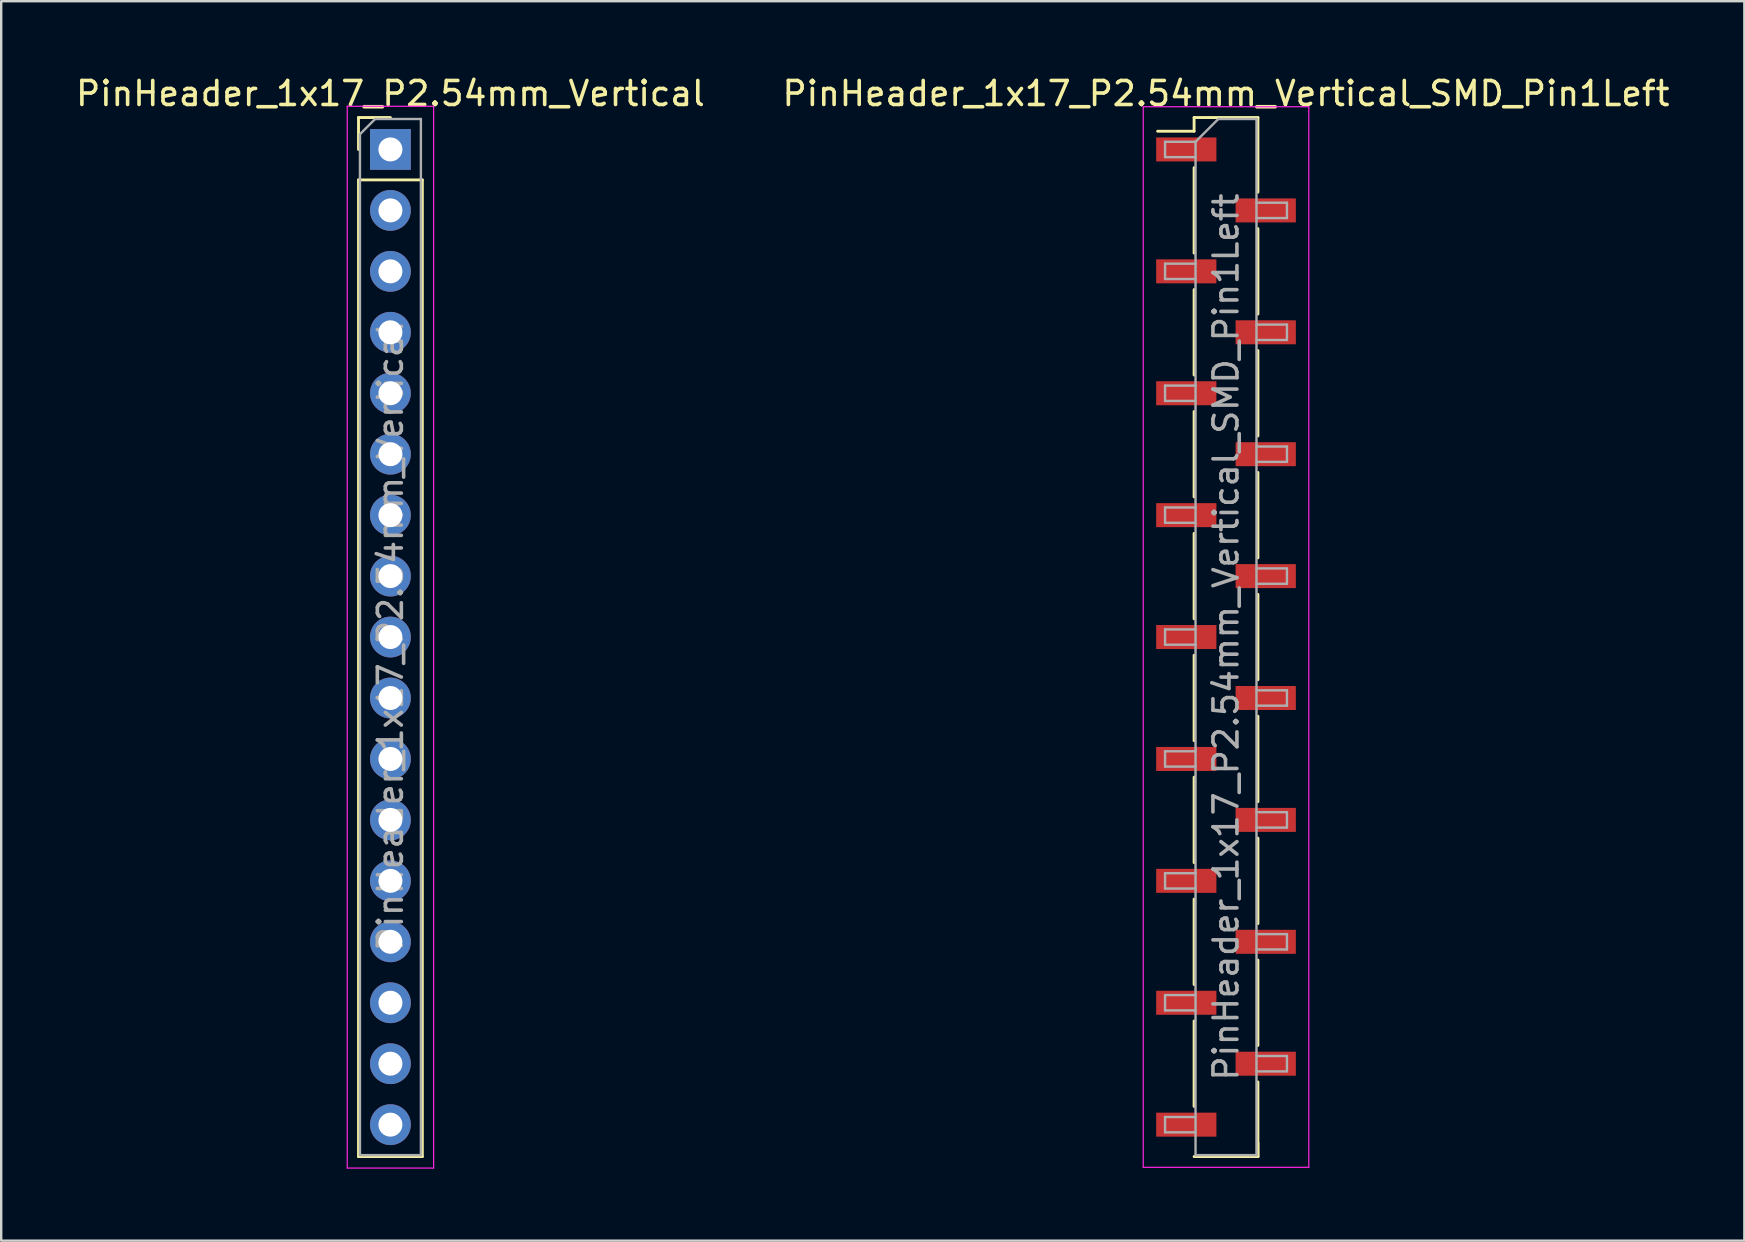
<source format=kicad_pcb>
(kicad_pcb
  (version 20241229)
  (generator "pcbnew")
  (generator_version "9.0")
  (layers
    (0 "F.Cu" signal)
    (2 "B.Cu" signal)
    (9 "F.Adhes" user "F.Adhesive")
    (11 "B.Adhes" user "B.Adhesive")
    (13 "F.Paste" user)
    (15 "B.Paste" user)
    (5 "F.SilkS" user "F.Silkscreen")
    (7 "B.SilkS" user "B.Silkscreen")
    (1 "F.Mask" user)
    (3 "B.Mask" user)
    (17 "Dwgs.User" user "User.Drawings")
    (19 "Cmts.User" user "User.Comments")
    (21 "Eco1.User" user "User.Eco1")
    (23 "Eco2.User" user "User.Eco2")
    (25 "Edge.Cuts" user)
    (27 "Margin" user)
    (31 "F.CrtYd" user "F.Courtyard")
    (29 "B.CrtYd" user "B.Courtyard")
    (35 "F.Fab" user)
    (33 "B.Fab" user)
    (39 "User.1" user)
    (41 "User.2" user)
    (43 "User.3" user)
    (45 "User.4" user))
  (footprint "PinHeader_1x17_P2.54mm_Vertical"
    (layer "F.Cu")
    (at 13.22 3.178)
    (property "Reference" "PinHeader_1x17_P2.54mm_Vertical" (at 0 -2.33 0) (layer "F.SilkS") (effects (font (size 1 1) (thickness 0.15))))
    (attr through_hole)
    (fp_line (start -1.33 -1.33) (end 0 -1.33) (stroke (width 0.12) (type solid)) (layer "F.SilkS"))
    (fp_line (start -1.33 0) (end -1.33 -1.33) (stroke (width 0.12) (type solid)) (layer "F.SilkS"))
    (fp_line (start -1.33 1.27) (end -1.33 41.97) (stroke (width 0.12) (type solid)) (layer "F.SilkS"))
    (fp_line (start -1.33 1.27) (end 1.33 1.27) (stroke (width 0.12) (type solid)) (layer "F.SilkS"))
    (fp_line (start -1.33 41.97) (end 1.33 41.97) (stroke (width 0.12) (type solid)) (layer "F.SilkS"))
    (fp_line (start 1.33 1.27) (end 1.33 41.97) (stroke (width 0.12) (type solid)) (layer "F.SilkS"))
    (fp_line (start -1.8 -1.8) (end -1.8 42.45) (stroke (width 0.05) (type solid)) (layer "F.CrtYd"))
    (fp_line (start -1.8 42.45) (end 1.8 42.45) (stroke (width 0.05) (type solid)) (layer "F.CrtYd"))
    (fp_line (start 1.8 -1.8) (end -1.8 -1.8) (stroke (width 0.05) (type solid)) (layer "F.CrtYd"))
    (fp_line (start 1.8 42.45) (end 1.8 -1.8) (stroke (width 0.05) (type solid)) (layer "F.CrtYd"))
    (fp_line (start -1.27 -0.635) (end -0.635 -1.27) (stroke (width 0.1) (type solid)) (layer "F.Fab"))
    (fp_line (start -1.27 41.91) (end -1.27 -0.635) (stroke (width 0.1) (type solid)) (layer "F.Fab"))
    (fp_line (start -0.635 -1.27) (end 1.27 -1.27) (stroke (width 0.1) (type solid)) (layer "F.Fab"))
    (fp_line (start 1.27 -1.27) (end 1.27 41.91) (stroke (width 0.1) (type solid)) (layer "F.Fab"))
    (fp_line (start 1.27 41.91) (end -1.27 41.91) (stroke (width 0.1) (type solid)) (layer "F.Fab"))
    (fp_text user "${REFERENCE}" (at 0 20.32 90) (layer "F.Fab") (effects (font (size 1 1) (thickness 0.15))))
    (pad "1" thru_hole rect (at 0 0) (size 1.7 1.7) (drill 1) (layers "*.Cu" "*.Mask"))
    (pad "2" thru_hole oval (at 0 2.54) (size 1.7 1.7) (drill 1) (layers "*.Cu" "*.Mask"))
    (pad "3" thru_hole oval (at 0 5.08) (size 1.7 1.7) (drill 1) (layers "*.Cu" "*.Mask"))
    (pad "4" thru_hole oval (at 0 7.62) (size 1.7 1.7) (drill 1) (layers "*.Cu" "*.Mask"))
    (pad "5" thru_hole oval (at 0 10.16) (size 1.7 1.7) (drill 1) (layers "*.Cu" "*.Mask"))
    (pad "6" thru_hole oval (at 0 12.7) (size 1.7 1.7) (drill 1) (layers "*.Cu" "*.Mask"))
    (pad "7" thru_hole oval (at 0 15.24) (size 1.7 1.7) (drill 1) (layers "*.Cu" "*.Mask"))
    (pad "8" thru_hole oval (at 0 17.78) (size 1.7 1.7) (drill 1) (layers "*.Cu" "*.Mask"))
    (pad "9" thru_hole oval (at 0 20.32) (size 1.7 1.7) (drill 1) (layers "*.Cu" "*.Mask"))
    (pad "10" thru_hole oval (at 0 22.86) (size 1.7 1.7) (drill 1) (layers "*.Cu" "*.Mask"))
    (pad "11" thru_hole oval (at 0 25.4) (size 1.7 1.7) (drill 1) (layers "*.Cu" "*.Mask"))
    (pad "12" thru_hole oval (at 0 27.94) (size 1.7 1.7) (drill 1) (layers "*.Cu" "*.Mask"))
    (pad "13" thru_hole oval (at 0 30.48) (size 1.7 1.7) (drill 1) (layers "*.Cu" "*.Mask"))
    (pad "14" thru_hole oval (at 0 33.02) (size 1.7 1.7) (drill 1) (layers "*.Cu" "*.Mask"))
    (pad "15" thru_hole oval (at 0 35.56) (size 1.7 1.7) (drill 1) (layers "*.Cu" "*.Mask"))
    (pad "16" thru_hole oval (at 0 38.1) (size 1.7 1.7) (drill 1) (layers "*.Cu" "*.Mask"))
    (pad "17" thru_hole oval (at 0 40.64) (size 1.7 1.7) (drill 1) (layers "*.Cu" "*.Mask")))
  (footprint "PinHeader_1x17_P2.54mm_Vertical_SMD_Pin1Left"
    (layer "F.Cu")
    (at 48.042 23.498)
    (property "Reference" "PinHeader_1x17_P2.54mm_Vertical_SMD_Pin1Left" (at 0 -22.65 0) (layer "F.SilkS") (effects (font (size 1 1) (thickness 0.15))))
    (attr smd)
    (fp_line (start -1.33 -21.65) (end -1.33 -21.08) (stroke (width 0.12) (type solid)) (layer "F.SilkS"))
    (fp_line (start -1.33 -21.65) (end 1.33 -21.65) (stroke (width 0.12) (type solid)) (layer "F.SilkS"))
    (fp_line (start -1.33 -21.08) (end -2.85 -21.08) (stroke (width 0.12) (type solid)) (layer "F.SilkS"))
    (fp_line (start -1.33 -19.56) (end -1.33 -16) (stroke (width 0.12) (type solid)) (layer "F.SilkS"))
    (fp_line (start -1.33 -14.48) (end -1.33 -10.92) (stroke (width 0.12) (type solid)) (layer "F.SilkS"))
    (fp_line (start -1.33 -9.4) (end -1.33 -5.84) (stroke (width 0.12) (type solid)) (layer "F.SilkS"))
    (fp_line (start -1.33 -4.32) (end -1.33 -0.76) (stroke (width 0.12) (type solid)) (layer "F.SilkS"))
    (fp_line (start -1.33 0.76) (end -1.33 4.32) (stroke (width 0.12) (type solid)) (layer "F.SilkS"))
    (fp_line (start -1.33 5.84) (end -1.33 9.4) (stroke (width 0.12) (type solid)) (layer "F.SilkS"))
    (fp_line (start -1.33 10.92) (end -1.33 14.48) (stroke (width 0.12) (type solid)) (layer "F.SilkS"))
    (fp_line (start -1.33 16) (end -1.33 19.56) (stroke (width 0.12) (type solid)) (layer "F.SilkS"))
    (fp_line (start -1.33 21.65) (end 1.33 21.65) (stroke (width 0.12) (type solid)) (layer "F.SilkS"))
    (fp_line (start 1.33 -21.65) (end 1.33 -18.54) (stroke (width 0.12) (type solid)) (layer "F.SilkS"))
    (fp_line (start 1.33 -17.02) (end 1.33 -13.46) (stroke (width 0.12) (type solid)) (layer "F.SilkS"))
    (fp_line (start 1.33 -11.94) (end 1.33 -8.38) (stroke (width 0.12) (type solid)) (layer "F.SilkS"))
    (fp_line (start 1.33 -6.86) (end 1.33 -3.3) (stroke (width 0.12) (type solid)) (layer "F.SilkS"))
    (fp_line (start 1.33 -1.78) (end 1.33 1.78) (stroke (width 0.12) (type solid)) (layer "F.SilkS"))
    (fp_line (start 1.33 3.3) (end 1.33 6.86) (stroke (width 0.12) (type solid)) (layer "F.SilkS"))
    (fp_line (start 1.33 8.38) (end 1.33 11.94) (stroke (width 0.12) (type solid)) (layer "F.SilkS"))
    (fp_line (start 1.33 13.46) (end 1.33 17.02) (stroke (width 0.12) (type solid)) (layer "F.SilkS"))
    (fp_line (start 1.33 18.54) (end 1.33 21.65) (stroke (width 0.12) (type solid)) (layer "F.SilkS"))
    (fp_line (start 1.33 21.08) (end 1.33 21.65) (stroke (width 0.12) (type solid)) (layer "F.SilkS"))
    (fp_line (start -3.45 -22.1) (end -3.45 22.1) (stroke (width 0.05) (type solid)) (layer "F.CrtYd"))
    (fp_line (start -3.45 22.1) (end 3.45 22.1) (stroke (width 0.05) (type solid)) (layer "F.CrtYd"))
    (fp_line (start 3.45 -22.1) (end -3.45 -22.1) (stroke (width 0.05) (type solid)) (layer "F.CrtYd"))
    (fp_line (start 3.45 22.1) (end 3.45 -22.1) (stroke (width 0.05) (type solid)) (layer "F.CrtYd"))
    (fp_line (start -2.54 -20.64) (end -2.54 -20) (stroke (width 0.1) (type solid)) (layer "F.Fab"))
    (fp_line (start -2.54 -20) (end -1.27 -20) (stroke (width 0.1) (type solid)) (layer "F.Fab"))
    (fp_line (start -2.54 -15.56) (end -2.54 -14.92) (stroke (width 0.1) (type solid)) (layer "F.Fab"))
    (fp_line (start -2.54 -14.92) (end -1.27 -14.92) (stroke (width 0.1) (type solid)) (layer "F.Fab"))
    (fp_line (start -2.54 -10.48) (end -2.54 -9.84) (stroke (width 0.1) (type solid)) (layer "F.Fab"))
    (fp_line (start -2.54 -9.84) (end -1.27 -9.84) (stroke (width 0.1) (type solid)) (layer "F.Fab"))
    (fp_line (start -2.54 -5.4) (end -2.54 -4.76) (stroke (width 0.1) (type solid)) (layer "F.Fab"))
    (fp_line (start -2.54 -4.76) (end -1.27 -4.76) (stroke (width 0.1) (type solid)) (layer "F.Fab"))
    (fp_line (start -2.54 -0.32) (end -2.54 0.32) (stroke (width 0.1) (type solid)) (layer "F.Fab"))
    (fp_line (start -2.54 0.32) (end -1.27 0.32) (stroke (width 0.1) (type solid)) (layer "F.Fab"))
    (fp_line (start -2.54 4.76) (end -2.54 5.4) (stroke (width 0.1) (type solid)) (layer "F.Fab"))
    (fp_line (start -2.54 5.4) (end -1.27 5.4) (stroke (width 0.1) (type solid)) (layer "F.Fab"))
    (fp_line (start -2.54 9.84) (end -2.54 10.48) (stroke (width 0.1) (type solid)) (layer "F.Fab"))
    (fp_line (start -2.54 10.48) (end -1.27 10.48) (stroke (width 0.1) (type solid)) (layer "F.Fab"))
    (fp_line (start -2.54 14.92) (end -2.54 15.56) (stroke (width 0.1) (type solid)) (layer "F.Fab"))
    (fp_line (start -2.54 15.56) (end -1.27 15.56) (stroke (width 0.1) (type solid)) (layer "F.Fab"))
    (fp_line (start -2.54 20) (end -2.54 20.64) (stroke (width 0.1) (type solid)) (layer "F.Fab"))
    (fp_line (start -2.54 20.64) (end -1.27 20.64) (stroke (width 0.1) (type solid)) (layer "F.Fab"))
    (fp_line (start -1.27 -20.64) (end -2.54 -20.64) (stroke (width 0.1) (type solid)) (layer "F.Fab"))
    (fp_line (start -1.27 -20.64) (end -0.32 -21.59) (stroke (width 0.1) (type solid)) (layer "F.Fab"))
    (fp_line (start -1.27 -15.56) (end -2.54 -15.56) (stroke (width 0.1) (type solid)) (layer "F.Fab"))
    (fp_line (start -1.27 -10.48) (end -2.54 -10.48) (stroke (width 0.1) (type solid)) (layer "F.Fab"))
    (fp_line (start -1.27 -5.4) (end -2.54 -5.4) (stroke (width 0.1) (type solid)) (layer "F.Fab"))
    (fp_line (start -1.27 -0.32) (end -2.54 -0.32) (stroke (width 0.1) (type solid)) (layer "F.Fab"))
    (fp_line (start -1.27 4.76) (end -2.54 4.76) (stroke (width 0.1) (type solid)) (layer "F.Fab"))
    (fp_line (start -1.27 9.84) (end -2.54 9.84) (stroke (width 0.1) (type solid)) (layer "F.Fab"))
    (fp_line (start -1.27 14.92) (end -2.54 14.92) (stroke (width 0.1) (type solid)) (layer "F.Fab"))
    (fp_line (start -1.27 20) (end -2.54 20) (stroke (width 0.1) (type solid)) (layer "F.Fab"))
    (fp_line (start -1.27 21.59) (end -1.27 -20.64) (stroke (width 0.1) (type solid)) (layer "F.Fab"))
    (fp_line (start -0.32 -21.59) (end 1.27 -21.59) (stroke (width 0.1) (type solid)) (layer "F.Fab"))
    (fp_line (start 1.27 -21.59) (end 1.27 21.59) (stroke (width 0.1) (type solid)) (layer "F.Fab"))
    (fp_line (start 1.27 -18.1) (end 2.54 -18.1) (stroke (width 0.1) (type solid)) (layer "F.Fab"))
    (fp_line (start 1.27 -13.02) (end 2.54 -13.02) (stroke (width 0.1) (type solid)) (layer "F.Fab"))
    (fp_line (start 1.27 -7.94) (end 2.54 -7.94) (stroke (width 0.1) (type solid)) (layer "F.Fab"))
    (fp_line (start 1.27 -2.86) (end 2.54 -2.86) (stroke (width 0.1) (type solid)) (layer "F.Fab"))
    (fp_line (start 1.27 2.22) (end 2.54 2.22) (stroke (width 0.1) (type solid)) (layer "F.Fab"))
    (fp_line (start 1.27 7.3) (end 2.54 7.3) (stroke (width 0.1) (type solid)) (layer "F.Fab"))
    (fp_line (start 1.27 12.38) (end 2.54 12.38) (stroke (width 0.1) (type solid)) (layer "F.Fab"))
    (fp_line (start 1.27 17.46) (end 2.54 17.46) (stroke (width 0.1) (type solid)) (layer "F.Fab"))
    (fp_line (start 1.27 21.59) (end -1.27 21.59) (stroke (width 0.1) (type solid)) (layer "F.Fab"))
    (fp_line (start 2.54 -18.1) (end 2.54 -17.46) (stroke (width 0.1) (type solid)) (layer "F.Fab"))
    (fp_line (start 2.54 -17.46) (end 1.27 -17.46) (stroke (width 0.1) (type solid)) (layer "F.Fab"))
    (fp_line (start 2.54 -13.02) (end 2.54 -12.38) (stroke (width 0.1) (type solid)) (layer "F.Fab"))
    (fp_line (start 2.54 -12.38) (end 1.27 -12.38) (stroke (width 0.1) (type solid)) (layer "F.Fab"))
    (fp_line (start 2.54 -7.94) (end 2.54 -7.3) (stroke (width 0.1) (type solid)) (layer "F.Fab"))
    (fp_line (start 2.54 -7.3) (end 1.27 -7.3) (stroke (width 0.1) (type solid)) (layer "F.Fab"))
    (fp_line (start 2.54 -2.86) (end 2.54 -2.22) (stroke (width 0.1) (type solid)) (layer "F.Fab"))
    (fp_line (start 2.54 -2.22) (end 1.27 -2.22) (stroke (width 0.1) (type solid)) (layer "F.Fab"))
    (fp_line (start 2.54 2.22) (end 2.54 2.86) (stroke (width 0.1) (type solid)) (layer "F.Fab"))
    (fp_line (start 2.54 2.86) (end 1.27 2.86) (stroke (width 0.1) (type solid)) (layer "F.Fab"))
    (fp_line (start 2.54 7.3) (end 2.54 7.94) (stroke (width 0.1) (type solid)) (layer "F.Fab"))
    (fp_line (start 2.54 7.94) (end 1.27 7.94) (stroke (width 0.1) (type solid)) (layer "F.Fab"))
    (fp_line (start 2.54 12.38) (end 2.54 13.02) (stroke (width 0.1) (type solid)) (layer "F.Fab"))
    (fp_line (start 2.54 13.02) (end 1.27 13.02) (stroke (width 0.1) (type solid)) (layer "F.Fab"))
    (fp_line (start 2.54 17.46) (end 2.54 18.1) (stroke (width 0.1) (type solid)) (layer "F.Fab"))
    (fp_line (start 2.54 18.1) (end 1.27 18.1) (stroke (width 0.1) (type solid)) (layer "F.Fab"))
    (fp_text user "${REFERENCE}" (at 0 0 90) (layer "F.Fab") (effects (font (size 1 1) (thickness 0.15))))
    (pad "1" smd rect (at -1.655 -20.32) (size 2.51 1) (layers "F.Cu" "F.Mask" "F.Paste"))
    (pad "2" smd rect (at 1.655 -17.78) (size 2.51 1) (layers "F.Cu" "F.Mask" "F.Paste"))
    (pad "3" smd rect (at -1.655 -15.24) (size 2.51 1) (layers "F.Cu" "F.Mask" "F.Paste"))
    (pad "4" smd rect (at 1.655 -12.7) (size 2.51 1) (layers "F.Cu" "F.Mask" "F.Paste"))
    (pad "5" smd rect (at -1.655 -10.16) (size 2.51 1) (layers "F.Cu" "F.Mask" "F.Paste"))
    (pad "6" smd rect (at 1.655 -7.62) (size 2.51 1) (layers "F.Cu" "F.Mask" "F.Paste"))
    (pad "7" smd rect (at -1.655 -5.08) (size 2.51 1) (layers "F.Cu" "F.Mask" "F.Paste"))
    (pad "8" smd rect (at 1.655 -2.54) (size 2.51 1) (layers "F.Cu" "F.Mask" "F.Paste"))
    (pad "9" smd rect (at -1.655 0) (size 2.51 1) (layers "F.Cu" "F.Mask" "F.Paste"))
    (pad "10" smd rect (at 1.655 2.54) (size 2.51 1) (layers "F.Cu" "F.Mask" "F.Paste"))
    (pad "11" smd rect (at -1.655 5.08) (size 2.51 1) (layers "F.Cu" "F.Mask" "F.Paste"))
    (pad "12" smd rect (at 1.655 7.62) (size 2.51 1) (layers "F.Cu" "F.Mask" "F.Paste"))
    (pad "13" smd rect (at -1.655 10.16) (size 2.51 1) (layers "F.Cu" "F.Mask" "F.Paste"))
    (pad "14" smd rect (at 1.655 12.7) (size 2.51 1) (layers "F.Cu" "F.Mask" "F.Paste"))
    (pad "15" smd rect (at -1.655 15.24) (size 2.51 1) (layers "F.Cu" "F.Mask" "F.Paste"))
    (pad "16" smd rect (at 1.655 17.78) (size 2.51 1) (layers "F.Cu" "F.Mask" "F.Paste"))
    (pad "17" smd rect (at -1.655 20.32) (size 2.51 1) (layers "F.Cu" "F.Mask" "F.Paste")))
  (gr_rect
    (start -3 -3)
    (end 69.643 48.653)
    (stroke (width 0.1) (type default))
    (fill no)
    (layer "Edge.Cuts")))
</source>
